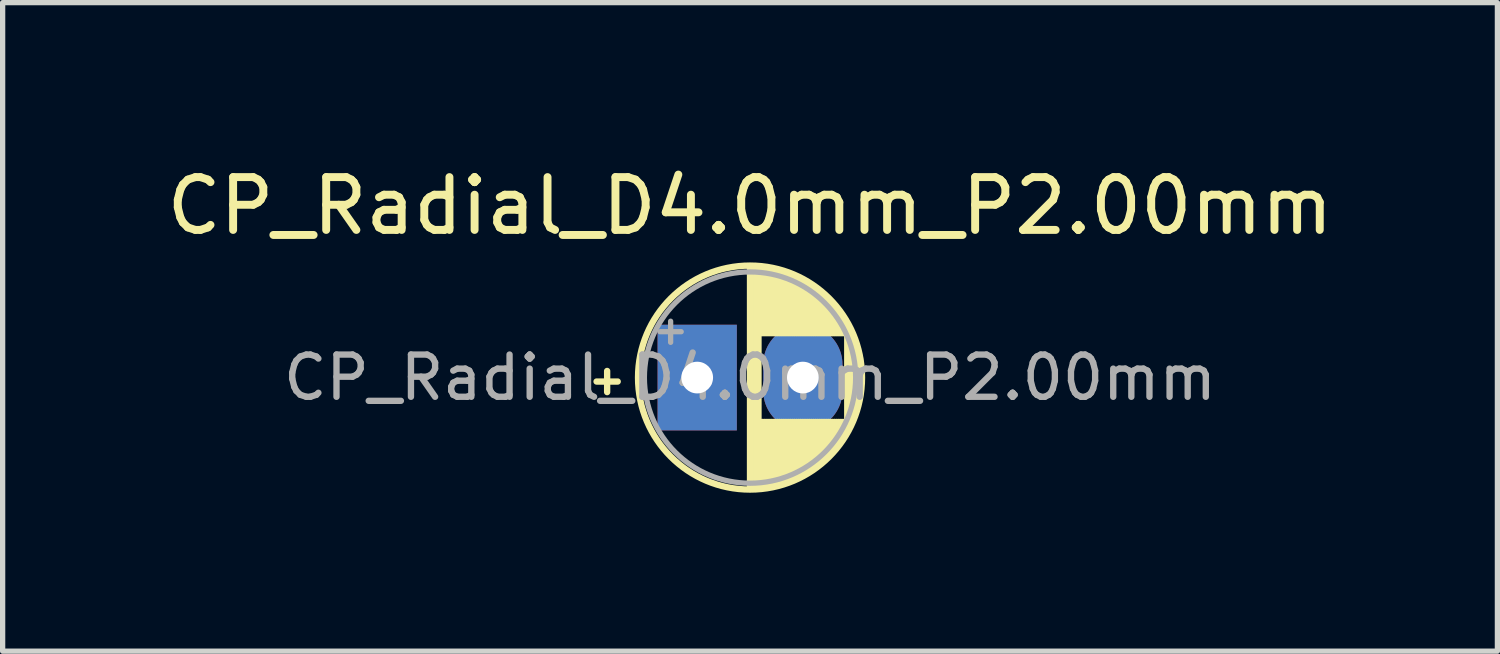
<source format=kicad_pcb>
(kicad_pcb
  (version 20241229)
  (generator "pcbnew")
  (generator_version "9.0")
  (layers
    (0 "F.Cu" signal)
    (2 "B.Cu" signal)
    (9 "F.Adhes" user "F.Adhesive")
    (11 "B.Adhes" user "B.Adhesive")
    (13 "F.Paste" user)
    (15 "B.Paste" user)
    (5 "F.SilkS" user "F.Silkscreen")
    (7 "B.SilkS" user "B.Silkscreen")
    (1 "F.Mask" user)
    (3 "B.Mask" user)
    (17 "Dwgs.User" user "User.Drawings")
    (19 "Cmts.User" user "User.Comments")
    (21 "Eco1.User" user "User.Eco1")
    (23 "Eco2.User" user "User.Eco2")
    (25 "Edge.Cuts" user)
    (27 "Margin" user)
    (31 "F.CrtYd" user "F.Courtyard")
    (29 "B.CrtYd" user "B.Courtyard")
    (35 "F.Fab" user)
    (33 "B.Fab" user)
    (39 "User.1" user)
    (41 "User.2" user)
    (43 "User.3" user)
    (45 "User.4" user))
  (footprint "CP_Radial_D4.0mm_P2.00mm"
    (layer "F.Cu")
    (at 10.149 4.098)
    (property "Reference" "CP_Radial_D4.0mm_P2.00mm" (at 1 -3.25 0) (layer "F.SilkS") (effects (font (size 1 1) (thickness 0.15))))
    (attr through_hole)
    (fp_line (start -1.905 0.075) (end -1.505 0.075) (stroke (width 0.12) (type solid)) (layer "F.SilkS"))
    (fp_line (start -1.705 -0.125) (end -1.705 0.275) (stroke (width 0.12) (type solid)) (layer "F.SilkS"))
    (fp_line (start 1 -2.08) (end 1 2.08) (stroke (width 0.12) (type solid)) (layer "F.SilkS"))
    (fp_line (start 1.04 -2.08) (end 1.04 2.08) (stroke (width 0.12) (type solid)) (layer "F.SilkS"))
    (fp_line (start 1.08 -2.079) (end 1.08 2.079) (stroke (width 0.12) (type solid)) (layer "F.SilkS"))
    (fp_line (start 1.12 -2.077) (end 1.12 2.077) (stroke (width 0.12) (type solid)) (layer "F.SilkS"))
    (fp_line (start 1.16 -2.074) (end 1.16 2.074) (stroke (width 0.12) (type solid)) (layer "F.SilkS"))
    (fp_line (start 1.2 -2.071) (end 1.2 -0.84) (stroke (width 0.12) (type solid)) (layer "F.SilkS"))
    (fp_line (start 1.2 0.84) (end 1.2 2.071) (stroke (width 0.12) (type solid)) (layer "F.SilkS"))
    (fp_line (start 1.24 -2.067) (end 1.24 -0.84) (stroke (width 0.12) (type solid)) (layer "F.SilkS"))
    (fp_line (start 1.24 0.84) (end 1.24 2.067) (stroke (width 0.12) (type solid)) (layer "F.SilkS"))
    (fp_line (start 1.28 -2.062) (end 1.28 -0.84) (stroke (width 0.12) (type solid)) (layer "F.SilkS"))
    (fp_line (start 1.28 0.84) (end 1.28 2.062) (stroke (width 0.12) (type solid)) (layer "F.SilkS"))
    (fp_line (start 1.32 -2.056) (end 1.32 -0.84) (stroke (width 0.12) (type solid)) (layer "F.SilkS"))
    (fp_line (start 1.32 0.84) (end 1.32 2.056) (stroke (width 0.12) (type solid)) (layer "F.SilkS"))
    (fp_line (start 1.36 -2.05) (end 1.36 -0.84) (stroke (width 0.12) (type solid)) (layer "F.SilkS"))
    (fp_line (start 1.36 0.84) (end 1.36 2.05) (stroke (width 0.12) (type solid)) (layer "F.SilkS"))
    (fp_line (start 1.4 -2.042) (end 1.4 -0.84) (stroke (width 0.12) (type solid)) (layer "F.SilkS"))
    (fp_line (start 1.4 0.84) (end 1.4 2.042) (stroke (width 0.12) (type solid)) (layer "F.SilkS"))
    (fp_line (start 1.44 -2.034) (end 1.44 -0.84) (stroke (width 0.12) (type solid)) (layer "F.SilkS"))
    (fp_line (start 1.44 0.84) (end 1.44 2.034) (stroke (width 0.12) (type solid)) (layer "F.SilkS"))
    (fp_line (start 1.48 -2.025) (end 1.48 -0.84) (stroke (width 0.12) (type solid)) (layer "F.SilkS"))
    (fp_line (start 1.48 0.84) (end 1.48 2.025) (stroke (width 0.12) (type solid)) (layer "F.SilkS"))
    (fp_line (start 1.52 -2.016) (end 1.52 -0.84) (stroke (width 0.12) (type solid)) (layer "F.SilkS"))
    (fp_line (start 1.52 0.84) (end 1.52 2.016) (stroke (width 0.12) (type solid)) (layer "F.SilkS"))
    (fp_line (start 1.56 -2.005) (end 1.56 -0.84) (stroke (width 0.12) (type solid)) (layer "F.SilkS"))
    (fp_line (start 1.56 0.84) (end 1.56 2.005) (stroke (width 0.12) (type solid)) (layer "F.SilkS"))
    (fp_line (start 1.6 -1.994) (end 1.6 -0.84) (stroke (width 0.12) (type solid)) (layer "F.SilkS"))
    (fp_line (start 1.6 0.84) (end 1.6 1.994) (stroke (width 0.12) (type solid)) (layer "F.SilkS"))
    (fp_line (start 1.64 -1.982) (end 1.64 -0.84) (stroke (width 0.12) (type solid)) (layer "F.SilkS"))
    (fp_line (start 1.64 0.84) (end 1.64 1.982) (stroke (width 0.12) (type solid)) (layer "F.SilkS"))
    (fp_line (start 1.68 -1.968) (end 1.68 -0.84) (stroke (width 0.12) (type solid)) (layer "F.SilkS"))
    (fp_line (start 1.68 0.84) (end 1.68 1.968) (stroke (width 0.12) (type solid)) (layer "F.SilkS"))
    (fp_line (start 1.721 -1.954) (end 1.721 -0.84) (stroke (width 0.12) (type solid)) (layer "F.SilkS"))
    (fp_line (start 1.721 0.84) (end 1.721 1.954) (stroke (width 0.12) (type solid)) (layer "F.SilkS"))
    (fp_line (start 1.761 -1.94) (end 1.761 -0.84) (stroke (width 0.12) (type solid)) (layer "F.SilkS"))
    (fp_line (start 1.761 0.84) (end 1.761 1.94) (stroke (width 0.12) (type solid)) (layer "F.SilkS"))
    (fp_line (start 1.801 -1.924) (end 1.801 -0.84) (stroke (width 0.12) (type solid)) (layer "F.SilkS"))
    (fp_line (start 1.801 0.84) (end 1.801 1.924) (stroke (width 0.12) (type solid)) (layer "F.SilkS"))
    (fp_line (start 1.841 -1.907) (end 1.841 -0.84) (stroke (width 0.12) (type solid)) (layer "F.SilkS"))
    (fp_line (start 1.841 0.84) (end 1.841 1.907) (stroke (width 0.12) (type solid)) (layer "F.SilkS"))
    (fp_line (start 1.881 -1.889) (end 1.881 -0.84) (stroke (width 0.12) (type solid)) (layer "F.SilkS"))
    (fp_line (start 1.881 0.84) (end 1.881 1.889) (stroke (width 0.12) (type solid)) (layer "F.SilkS"))
    (fp_line (start 1.921 -1.87) (end 1.921 -0.84) (stroke (width 0.12) (type solid)) (layer "F.SilkS"))
    (fp_line (start 1.921 0.84) (end 1.921 1.87) (stroke (width 0.12) (type solid)) (layer "F.SilkS"))
    (fp_line (start 1.961 -1.851) (end 1.961 -0.84) (stroke (width 0.12) (type solid)) (layer "F.SilkS"))
    (fp_line (start 1.961 0.84) (end 1.961 1.851) (stroke (width 0.12) (type solid)) (layer "F.SilkS"))
    (fp_line (start 2.001 -1.83) (end 2.001 -0.84) (stroke (width 0.12) (type solid)) (layer "F.SilkS"))
    (fp_line (start 2.001 0.84) (end 2.001 1.83) (stroke (width 0.12) (type solid)) (layer "F.SilkS"))
    (fp_line (start 2.041 -1.808) (end 2.041 -0.84) (stroke (width 0.12) (type solid)) (layer "F.SilkS"))
    (fp_line (start 2.041 0.84) (end 2.041 1.808) (stroke (width 0.12) (type solid)) (layer "F.SilkS"))
    (fp_line (start 2.081 -1.785) (end 2.081 -0.84) (stroke (width 0.12) (type solid)) (layer "F.SilkS"))
    (fp_line (start 2.081 0.84) (end 2.081 1.785) (stroke (width 0.12) (type solid)) (layer "F.SilkS"))
    (fp_line (start 2.121 -1.76) (end 2.121 -0.84) (stroke (width 0.12) (type solid)) (layer "F.SilkS"))
    (fp_line (start 2.121 0.84) (end 2.121 1.76) (stroke (width 0.12) (type solid)) (layer "F.SilkS"))
    (fp_line (start 2.161 -1.735) (end 2.161 -0.84) (stroke (width 0.12) (type solid)) (layer "F.SilkS"))
    (fp_line (start 2.161 0.84) (end 2.161 1.735) (stroke (width 0.12) (type solid)) (layer "F.SilkS"))
    (fp_line (start 2.201 -1.708) (end 2.201 -0.84) (stroke (width 0.12) (type solid)) (layer "F.SilkS"))
    (fp_line (start 2.201 0.84) (end 2.201 1.708) (stroke (width 0.12) (type solid)) (layer "F.SilkS"))
    (fp_line (start 2.241 -1.68) (end 2.241 -0.84) (stroke (width 0.12) (type solid)) (layer "F.SilkS"))
    (fp_line (start 2.241 0.84) (end 2.241 1.68) (stroke (width 0.12) (type solid)) (layer "F.SilkS"))
    (fp_line (start 2.281 -1.65) (end 2.281 -0.84) (stroke (width 0.12) (type solid)) (layer "F.SilkS"))
    (fp_line (start 2.281 0.84) (end 2.281 1.65) (stroke (width 0.12) (type solid)) (layer "F.SilkS"))
    (fp_line (start 2.321 -1.619) (end 2.321 -0.84) (stroke (width 0.12) (type solid)) (layer "F.SilkS"))
    (fp_line (start 2.321 0.84) (end 2.321 1.619) (stroke (width 0.12) (type solid)) (layer "F.SilkS"))
    (fp_line (start 2.361 -1.587) (end 2.361 -0.84) (stroke (width 0.12) (type solid)) (layer "F.SilkS"))
    (fp_line (start 2.361 0.84) (end 2.361 1.587) (stroke (width 0.12) (type solid)) (layer "F.SilkS"))
    (fp_line (start 2.401 -1.552) (end 2.401 -0.84) (stroke (width 0.12) (type solid)) (layer "F.SilkS"))
    (fp_line (start 2.401 0.84) (end 2.401 1.552) (stroke (width 0.12) (type solid)) (layer "F.SilkS"))
    (fp_line (start 2.441 -1.516) (end 2.441 -0.84) (stroke (width 0.12) (type solid)) (layer "F.SilkS"))
    (fp_line (start 2.441 0.84) (end 2.441 1.516) (stroke (width 0.12) (type solid)) (layer "F.SilkS"))
    (fp_line (start 2.481 -1.478) (end 2.481 -0.84) (stroke (width 0.12) (type solid)) (layer "F.SilkS"))
    (fp_line (start 2.481 0.84) (end 2.481 1.478) (stroke (width 0.12) (type solid)) (layer "F.SilkS"))
    (fp_line (start 2.521 -1.438) (end 2.521 -0.84) (stroke (width 0.12) (type solid)) (layer "F.SilkS"))
    (fp_line (start 2.521 0.84) (end 2.521 1.438) (stroke (width 0.12) (type solid)) (layer "F.SilkS"))
    (fp_line (start 2.561 -1.396) (end 2.561 -0.84) (stroke (width 0.12) (type solid)) (layer "F.SilkS"))
    (fp_line (start 2.561 0.84) (end 2.561 1.396) (stroke (width 0.12) (type solid)) (layer "F.SilkS"))
    (fp_line (start 2.601 -1.351) (end 2.601 -0.84) (stroke (width 0.12) (type solid)) (layer "F.SilkS"))
    (fp_line (start 2.601 0.84) (end 2.601 1.351) (stroke (width 0.12) (type solid)) (layer "F.SilkS"))
    (fp_line (start 2.641 -1.304) (end 2.641 -0.84) (stroke (width 0.12) (type solid)) (layer "F.SilkS"))
    (fp_line (start 2.641 0.84) (end 2.641 1.304) (stroke (width 0.12) (type solid)) (layer "F.SilkS"))
    (fp_line (start 2.681 -1.254) (end 2.681 -0.84) (stroke (width 0.12) (type solid)) (layer "F.SilkS"))
    (fp_line (start 2.681 0.84) (end 2.681 1.254) (stroke (width 0.12) (type solid)) (layer "F.SilkS"))
    (fp_line (start 2.721 -1.2) (end 2.721 -0.84) (stroke (width 0.12) (type solid)) (layer "F.SilkS"))
    (fp_line (start 2.721 0.84) (end 2.721 1.2) (stroke (width 0.12) (type solid)) (layer "F.SilkS"))
    (fp_line (start 2.761 -1.142) (end 2.761 -0.84) (stroke (width 0.12) (type solid)) (layer "F.SilkS"))
    (fp_line (start 2.761 0.84) (end 2.761 1.142) (stroke (width 0.12) (type solid)) (layer "F.SilkS"))
    (fp_line (start 2.801 -1.08) (end 2.801 -0.84) (stroke (width 0.12) (type solid)) (layer "F.SilkS"))
    (fp_line (start 2.801 0.84) (end 2.801 1.08) (stroke (width 0.12) (type solid)) (layer "F.SilkS"))
    (fp_line (start 2.841 -1.013) (end 2.841 1.013) (stroke (width 0.12) (type solid)) (layer "F.SilkS"))
    (fp_line (start 2.881 -0.94) (end 2.881 0.94) (stroke (width 0.12) (type solid)) (layer "F.SilkS"))
    (fp_line (start 2.921 -0.859) (end 2.921 0.859) (stroke (width 0.12) (type solid)) (layer "F.SilkS"))
    (fp_line (start 2.961 -0.768) (end 2.961 0.768) (stroke (width 0.12) (type solid)) (layer "F.SilkS"))
    (fp_line (start 3.001 -0.664) (end 3.001 0.664) (stroke (width 0.12) (type solid)) (layer "F.SilkS"))
    (fp_line (start 3.041 -0.537) (end 3.041 0.537) (stroke (width 0.12) (type solid)) (layer "F.SilkS"))
    (fp_line (start 3.081 -0.37) (end 3.081 0.37) (stroke (width 0.12) (type solid)) (layer "F.SilkS"))
    (fp_circle (center 1 0) (end 3.12 0) (stroke (width 0.12) (type solid)) (fill no) (layer "F.SilkS"))
    (fp_line (start -0.703 -0.868) (end -0.303 -0.868) (stroke (width 0.1) (type solid)) (layer "F.Fab"))
    (fp_line (start -0.503 -1.067) (end -0.503 -0.667) (stroke (width 0.1) (type solid)) (layer "F.Fab"))
    (fp_circle (center 1 0) (end 3 0) (stroke (width 0.1) (type solid)) (fill no) (layer "F.Fab"))
    (fp_text user "${REFERENCE}" (at 1 0 0) (layer "F.Fab") (effects (font (size 0.8 0.8) (thickness 0.12))))
    (pad "1" thru_hole rect (at 0 0) (size 1.5 2) (drill 0.6) (layers "*.Cu" "*.Mask"))
    (pad "2" thru_hole oval (at 2 0) (size 1.5 2) (drill 0.6) (layers "*.Cu" "*.Mask")))
  (gr_rect
    (start -3 -3)
    (end 25.298 9.278)
    (stroke (width 0.1) (type default))
    (fill no)
    (layer "Edge.Cuts")))
</source>
